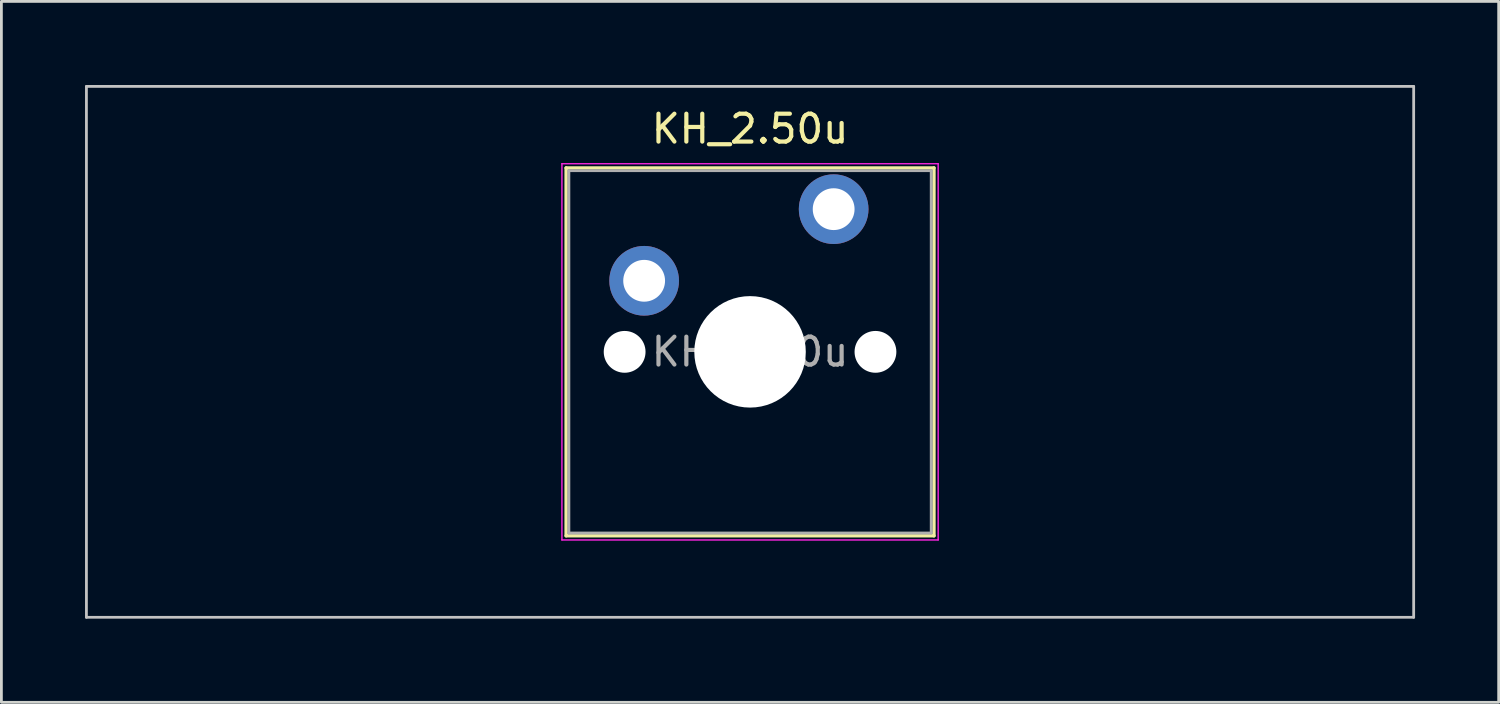
<source format=kicad_pcb>
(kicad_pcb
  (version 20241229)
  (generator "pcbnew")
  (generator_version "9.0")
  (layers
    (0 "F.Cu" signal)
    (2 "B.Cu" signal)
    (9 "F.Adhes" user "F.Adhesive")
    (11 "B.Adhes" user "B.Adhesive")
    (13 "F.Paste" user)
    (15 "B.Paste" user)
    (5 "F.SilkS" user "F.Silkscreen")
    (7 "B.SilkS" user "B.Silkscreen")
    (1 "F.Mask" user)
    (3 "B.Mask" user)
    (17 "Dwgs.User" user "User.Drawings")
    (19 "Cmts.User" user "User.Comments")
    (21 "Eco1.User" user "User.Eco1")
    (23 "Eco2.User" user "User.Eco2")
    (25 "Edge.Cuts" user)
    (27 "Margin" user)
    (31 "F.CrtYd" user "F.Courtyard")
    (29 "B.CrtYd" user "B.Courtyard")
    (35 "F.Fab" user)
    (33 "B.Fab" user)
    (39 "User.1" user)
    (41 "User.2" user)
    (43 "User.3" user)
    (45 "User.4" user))
  (footprint "KH_2.50u"
    (layer "F.Cu")
    (at 23.863 9.575)
    (property "Reference" "KH_2.50u" (at 0 -8 0) (layer "F.SilkS") (effects (font (size 1 1) (thickness 0.15))))
    (attr through_hole)
    (fp_line (start -6.6 -6.6) (end -6.6 6.6) (stroke (width 0.12) (type solid)) (layer "F.SilkS"))
    (fp_line (start -6.6 6.6) (end 6.6 6.6) (stroke (width 0.12) (type solid)) (layer "F.SilkS"))
    (fp_line (start 6.6 -6.6) (end -6.6 -6.6) (stroke (width 0.12) (type solid)) (layer "F.SilkS"))
    (fp_line (start 6.6 6.6) (end 6.6 -6.6) (stroke (width 0.12) (type solid)) (layer "F.SilkS"))
    (fp_line (start -23.812 -9.525) (end -23.812 9.525) (stroke (width 0.1) (type solid)) (layer "Dwgs.User"))
    (fp_line (start -23.812 9.525) (end 23.812 9.525) (stroke (width 0.1) (type solid)) (layer "Dwgs.User"))
    (fp_line (start 23.812 -9.525) (end -23.812 -9.525) (stroke (width 0.1) (type solid)) (layer "Dwgs.User"))
    (fp_line (start 23.812 9.525) (end 23.812 -9.525) (stroke (width 0.1) (type solid)) (layer "Dwgs.User"))
    (fp_line (start -6.1 -6.1) (end -6.1 6.1) (stroke (width 0.1) (type solid)) (layer "Eco1.User"))
    (fp_line (start -6.1 6.1) (end 6.1 6.1) (stroke (width 0.1) (type solid)) (layer "Eco1.User"))
    (fp_line (start 6.1 -6.1) (end -6.1 -6.1) (stroke (width 0.1) (type solid)) (layer "Eco1.User"))
    (fp_line (start 6.1 6.1) (end 6.1 -6.1) (stroke (width 0.1) (type solid)) (layer "Eco1.User"))
    (fp_line (start -6.75 -6.75) (end -6.75 6.75) (stroke (width 0.05) (type solid)) (layer "F.CrtYd"))
    (fp_line (start -6.75 6.75) (end 6.75 6.75) (stroke (width 0.05) (type solid)) (layer "F.CrtYd"))
    (fp_line (start 6.75 -6.75) (end -6.75 -6.75) (stroke (width 0.05) (type solid)) (layer "F.CrtYd"))
    (fp_line (start 6.75 6.75) (end 6.75 -6.75) (stroke (width 0.05) (type solid)) (layer "F.CrtYd"))
    (fp_line (start -6.5 -6.5) (end -6.5 6.5) (stroke (width 0.1) (type solid)) (layer "F.Fab"))
    (fp_line (start -6.5 6.5) (end 6.5 6.5) (stroke (width 0.1) (type solid)) (layer "F.Fab"))
    (fp_line (start 6.5 -6.5) (end -6.5 -6.5) (stroke (width 0.1) (type solid)) (layer "F.Fab"))
    (fp_line (start 6.5 6.5) (end 6.5 -6.5) (stroke (width 0.1) (type solid)) (layer "F.Fab"))
    (fp_text user "${REFERENCE}" (at 0 0 0) (layer "F.Fab") (effects (font (size 1 1) (thickness 0.15))))
    (pad "" np_thru_hole circle (at -4.5 0) (size 1.5 1.5) (drill 1.5) (layers "*.Cu" "*.Mask"))
    (pad "" np_thru_hole circle (at 0 0) (size 4 4) (drill 4) (layers "*.Cu" "*.Mask"))
    (pad "" np_thru_hole circle (at 4.5 0) (size 1.5 1.5) (drill 1.5) (layers "*.Cu" "*.Mask"))
    (pad "1" thru_hole circle (at -3.8 -2.55) (size 2.5 2.5) (drill 1.5) (layers "*.Cu" "*.Mask"))
    (pad "2" thru_hole circle (at 3 -5.12) (size 2.5 2.5) (drill 1.5) (layers "*.Cu" "*.Mask")))
  (gr_rect
    (start -3 -3)
    (end 50.725 22.15)
    (stroke (width 0.1) (type default))
    (fill no)
    (layer "Edge.Cuts")))
</source>
